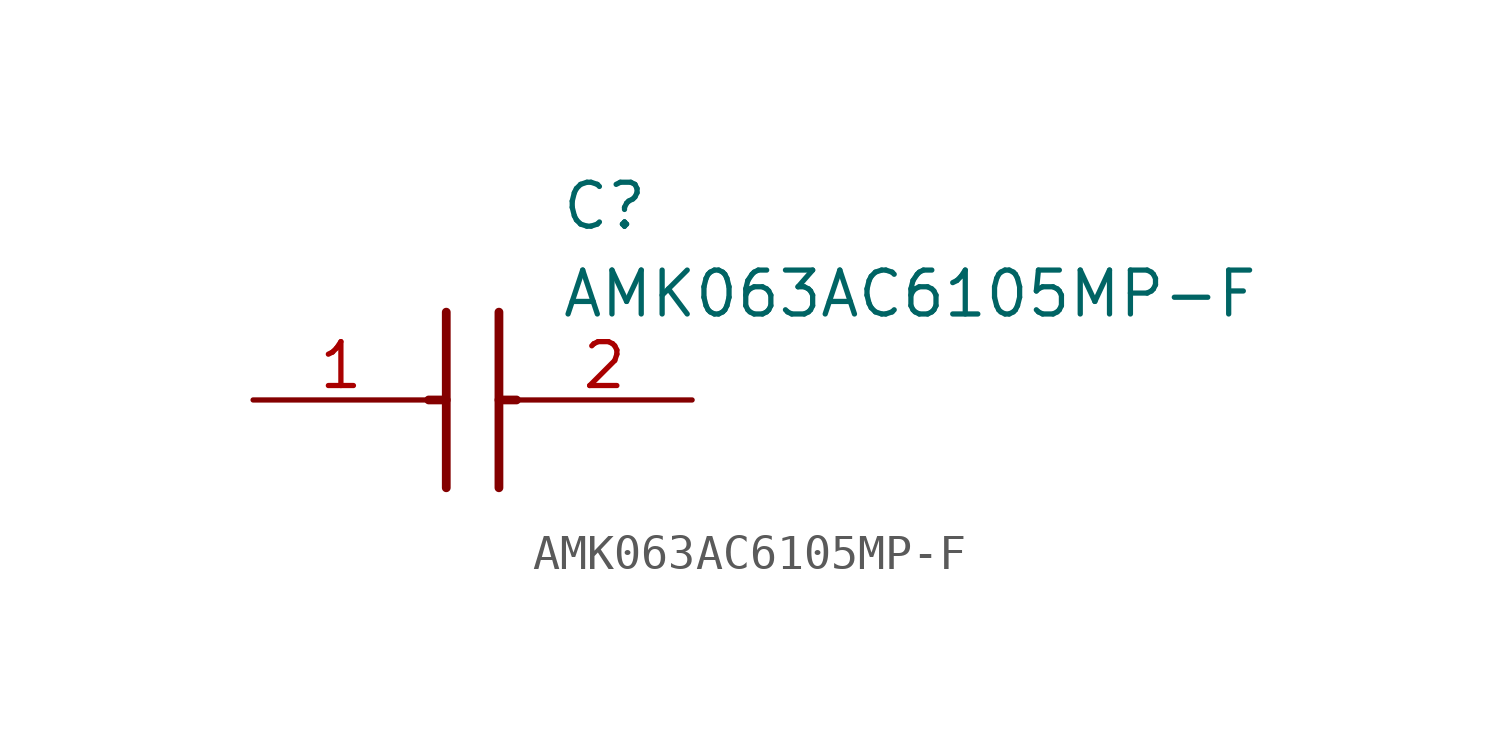
<source format=kicad_sym>
(kicad_symbol_lib
  (version 20211014)
  (generator SamacSys_ECAD_Model)
  (symbol "AMK063AC6105MP-F"
    (pin_names hide)
    (property "Reference" "C"
      (at 8.89 6.35 0)
      (effects (font (size 1.27 1.27)) (justify left top)))
    (property "Value" "AMK063AC6105MP-F"
      (at 8.89 3.81 0)
      (effects (font (size 1.27 1.27)) (justify left top)))
    (polyline
      (pts (xy 5.588 2.54) (xy 5.588 -2.54))
      (stroke (width 0.254) (type default))
      (fill (type none)))
    (polyline
      (pts (xy 7.112 2.54) (xy 7.112 -2.54))
      (stroke (width 0.254) (type default))
      (fill (type none)))
    (polyline
      (pts (xy 5.08 0) (xy 5.588 0))
      (stroke (width 0.254) (type default))
      (fill (type none)))
    (polyline
      (pts (xy 7.112 0) (xy 7.62 0))
      (stroke (width 0.254) (type default))
      (fill (type none)))
    (pin passive line
      (at 0 0 0)
      (length 5.08)
      (name "1" (effects (font (size 1.27 1.27))))
      (number "1" (effects (font (size 1.27 1.27)))))
    (pin passive line
      (at 12.7 0 180)
      (length 5.08)
      (name "2" (effects (font (size 1.27 1.27))))
      (number "2" (effects (font (size 1.27 1.27)))))))
</source>
